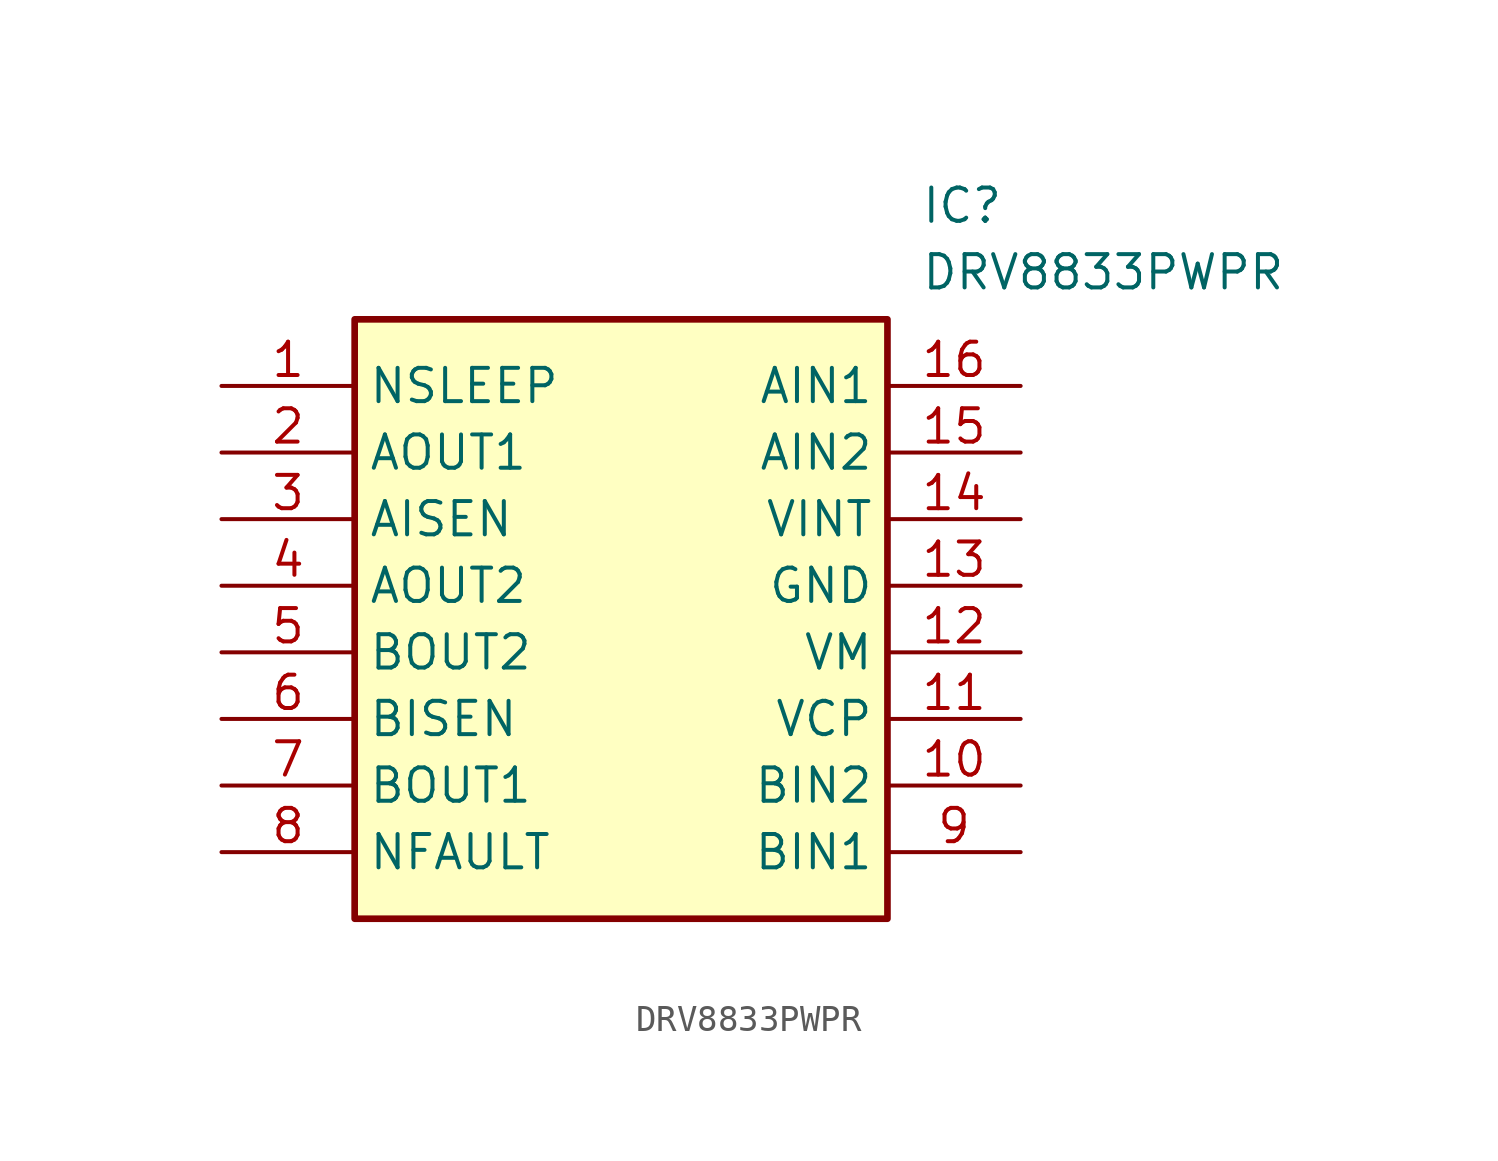
<source format=kicad_sym>
(kicad_symbol_lib
  (version 20211014)
  (generator SamacSys_ECAD_Model)
  (symbol "DRV8833PWPR"
    (property "Reference" "IC"
      (at 26.67 7.62 0)
      (effects (font (size 1.27 1.27)) (justify left top)))
    (property "Value" "DRV8833PWPR"
      (at 26.67 5.08 0)
      (effects (font (size 1.27 1.27)) (justify left top)))
    (rectangle
      (start 5.08 2.54)
      (end 25.4 -20.32)
      (stroke (width 0.254) (type default))
      (fill (type background)))
    (pin passive line
      (at 0 0 0)
      (length 5.08)
      (name "NSLEEP" (effects (font (size 1.27 1.27))))
      (number "1" (effects (font (size 1.27 1.27)))))
    (pin passive line
      (at 0 -2.54 0)
      (length 5.08)
      (name "AOUT1" (effects (font (size 1.27 1.27))))
      (number "2" (effects (font (size 1.27 1.27)))))
    (pin passive line
      (at 0 -5.08 0)
      (length 5.08)
      (name "AISEN" (effects (font (size 1.27 1.27))))
      (number "3" (effects (font (size 1.27 1.27)))))
    (pin passive line
      (at 0 -7.62 0)
      (length 5.08)
      (name "AOUT2" (effects (font (size 1.27 1.27))))
      (number "4" (effects (font (size 1.27 1.27)))))
    (pin passive line
      (at 0 -10.16 0)
      (length 5.08)
      (name "BOUT2" (effects (font (size 1.27 1.27))))
      (number "5" (effects (font (size 1.27 1.27)))))
    (pin passive line
      (at 0 -12.7 0)
      (length 5.08)
      (name "BISEN" (effects (font (size 1.27 1.27))))
      (number "6" (effects (font (size 1.27 1.27)))))
    (pin passive line
      (at 0 -15.24 0)
      (length 5.08)
      (name "BOUT1" (effects (font (size 1.27 1.27))))
      (number "7" (effects (font (size 1.27 1.27)))))
    (pin passive line
      (at 0 -17.78 0)
      (length 5.08)
      (name "NFAULT" (effects (font (size 1.27 1.27))))
      (number "8" (effects (font (size 1.27 1.27)))))
    (pin passive line
      (at 30.48 0 180)
      (length 5.08)
      (name "AIN1" (effects (font (size 1.27 1.27))))
      (number "16" (effects (font (size 1.27 1.27)))))
    (pin passive line
      (at 30.48 -2.54 180)
      (length 5.08)
      (name "AIN2" (effects (font (size 1.27 1.27))))
      (number "15" (effects (font (size 1.27 1.27)))))
    (pin passive line
      (at 30.48 -5.08 180)
      (length 5.08)
      (name "VINT" (effects (font (size 1.27 1.27))))
      (number "14" (effects (font (size 1.27 1.27)))))
    (pin passive line
      (at 30.48 -7.62 180)
      (length 5.08)
      (name "GND" (effects (font (size 1.27 1.27))))
      (number "13" (effects (font (size 1.27 1.27)))))
    (pin passive line
      (at 30.48 -10.16 180)
      (length 5.08)
      (name "VM" (effects (font (size 1.27 1.27))))
      (number "12" (effects (font (size 1.27 1.27)))))
    (pin passive line
      (at 30.48 -12.7 180)
      (length 5.08)
      (name "VCP" (effects (font (size 1.27 1.27))))
      (number "11" (effects (font (size 1.27 1.27)))))
    (pin passive line
      (at 30.48 -15.24 180)
      (length 5.08)
      (name "BIN2" (effects (font (size 1.27 1.27))))
      (number "10" (effects (font (size 1.27 1.27)))))
    (pin passive line
      (at 30.48 -17.78 180)
      (length 5.08)
      (name "BIN1" (effects (font (size 1.27 1.27))))
      (number "9" (effects (font (size 1.27 1.27)))))))
</source>
